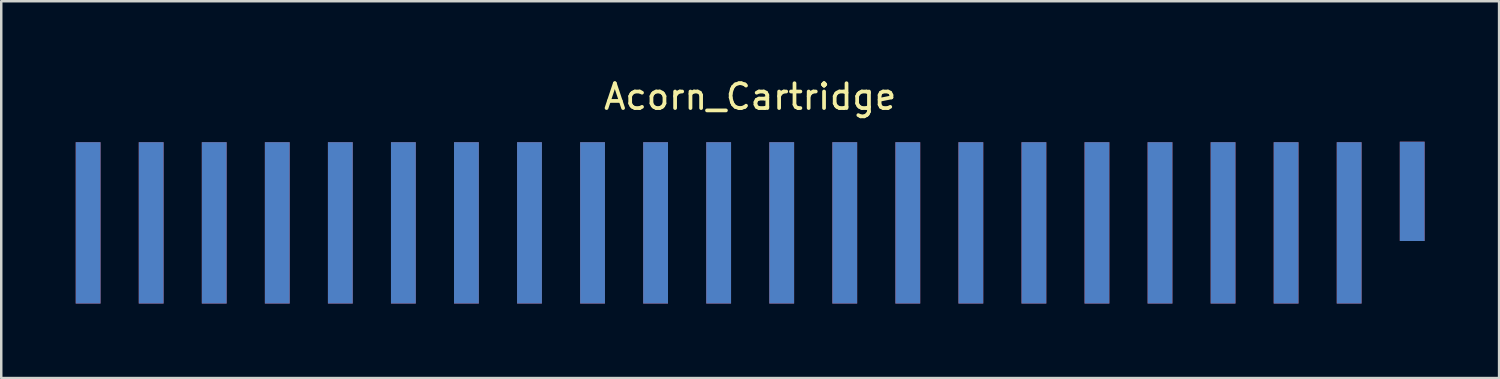
<source format=kicad_pcb>
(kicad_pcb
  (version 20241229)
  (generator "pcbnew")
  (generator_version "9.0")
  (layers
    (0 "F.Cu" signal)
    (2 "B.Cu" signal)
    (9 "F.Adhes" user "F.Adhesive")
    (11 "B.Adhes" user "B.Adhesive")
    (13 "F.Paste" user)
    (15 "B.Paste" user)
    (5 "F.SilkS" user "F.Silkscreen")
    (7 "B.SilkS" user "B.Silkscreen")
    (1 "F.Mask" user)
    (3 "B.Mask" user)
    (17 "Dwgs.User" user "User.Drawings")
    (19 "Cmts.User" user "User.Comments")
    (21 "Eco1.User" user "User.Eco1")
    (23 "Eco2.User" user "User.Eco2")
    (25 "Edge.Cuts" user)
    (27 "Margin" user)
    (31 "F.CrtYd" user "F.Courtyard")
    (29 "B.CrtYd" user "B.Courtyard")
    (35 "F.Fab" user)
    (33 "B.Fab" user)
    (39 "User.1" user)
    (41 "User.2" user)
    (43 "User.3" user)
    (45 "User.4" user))
  (footprint "Acorn_Cartridge"
    (layer "F.Cu")
    (at 27.17 0.848)
    (property "Reference" "Acorn_Cartridge" (at 0 0 0) (layer "F.SilkS") (effects (font (size 1 1) (thickness 0.15))))
    (attr through_hole)
    (pad "A1" connect rect (at 26.67 3.81) (size 1 4) (layers "*.Mask" "B.Cu"))
    (pad "A2" connect rect (at 24.13 5.08) (size 1 6.5) (layers "*.Mask" "B.Cu"))
    (pad "A3" connect rect (at 21.59 5.08) (size 1 6.5) (layers "*.Mask" "B.Cu"))
    (pad "A4" connect rect (at 19.05 5.08) (size 1 6.5) (layers "*.Mask" "B.Cu"))
    (pad "A5" connect rect (at 16.51 5.08) (size 1 6.5) (layers "*.Mask" "B.Cu"))
    (pad "A6" connect rect (at 13.97 5.08) (size 1 6.5) (layers "*.Mask" "B.Cu"))
    (pad "A7" connect rect (at 11.43 5.08) (size 1 6.5) (layers "*.Mask" "B.Cu"))
    (pad "A8" connect rect (at 8.89 5.08) (size 1 6.5) (layers "*.Mask" "B.Cu"))
    (pad "A9" connect rect (at 6.35 5.08) (size 1 6.5) (layers "*.Mask" "B.Cu"))
    (pad "A10" connect rect (at 3.81 5.08) (size 1 6.5) (layers "*.Mask" "B.Cu"))
    (pad "A11" connect rect (at 1.27 5.08) (size 1 6.5) (layers "*.Mask" "B.Cu"))
    (pad "A12" connect rect (at -1.27 5.08) (size 1 6.5) (layers "*.Mask" "B.Cu"))
    (pad "A13" connect rect (at -3.81 5.08) (size 1 6.5) (layers "*.Mask" "B.Cu"))
    (pad "A14" connect rect (at -6.35 5.08) (size 1 6.5) (layers "*.Mask" "B.Cu"))
    (pad "A15" connect rect (at -8.89 5.08) (size 1 6.5) (layers "*.Mask" "B.Cu"))
    (pad "A16" connect rect (at -11.43 5.08) (size 1 6.5) (layers "*.Mask" "B.Cu"))
    (pad "A17" connect rect (at -13.97 5.08) (size 1 6.5) (layers "*.Mask" "B.Cu"))
    (pad "A18" connect rect (at -16.51 5.08) (size 1 6.5) (layers "*.Mask" "B.Cu"))
    (pad "A19" connect rect (at -19.05 5.08) (size 1 6.5) (layers "*.Mask" "B.Cu"))
    (pad "A20" connect rect (at -21.59 5.08) (size 1 6.5) (layers "*.Mask" "B.Cu"))
    (pad "A21" connect rect (at -24.13 5.08) (size 1 6.5) (layers "*.Mask" "B.Cu"))
    (pad "A22" connect rect (at -26.67 5.08) (size 1 6.5) (layers "*.Mask" "B.Cu"))
    (pad "B1" connect rect (at 26.67 3.81) (size 1 4) (layers "*.Mask" "F.Cu"))
    (pad "B2" connect rect (at 24.13 5.08) (size 1 6.5) (layers "*.Mask" "F.Cu"))
    (pad "B3" connect rect (at 21.59 5.08) (size 1 6.5) (layers "*.Mask" "F.Cu"))
    (pad "B4" connect rect (at 19.05 5.08) (size 1 6.5) (layers "*.Mask" "F.Cu"))
    (pad "B5" connect rect (at 16.51 5.08) (size 1 6.5) (layers "*.Mask" "F.Cu"))
    (pad "B6" connect rect (at 13.97 5.08) (size 1 6.5) (layers "*.Mask" "F.Cu"))
    (pad "B7" connect rect (at 11.43 5.08) (size 1 6.5) (layers "*.Mask" "F.Cu"))
    (pad "B8" connect rect (at 8.89 5.08) (size 1 6.5) (layers "*.Mask" "F.Cu"))
    (pad "B9" connect rect (at 6.35 5.08) (size 1 6.5) (layers "*.Mask" "F.Cu"))
    (pad "B10" connect rect (at 3.81 5.08) (size 1 6.5) (layers "*.Mask" "F.Cu"))
    (pad "B11" connect rect (at 1.27 5.08) (size 1 6.5) (layers "*.Mask" "F.Cu"))
    (pad "B12" connect rect (at -1.27 5.08) (size 1 6.5) (layers "*.Mask" "F.Cu"))
    (pad "B13" connect rect (at -3.81 5.08) (size 1 6.5) (layers "*.Mask" "F.Cu"))
    (pad "B14" connect rect (at -6.35 5.08) (size 1 6.5) (layers "*.Mask" "F.Cu"))
    (pad "B15" connect rect (at -8.89 5.08) (size 1 6.5) (layers "*.Mask" "F.Cu"))
    (pad "B16" connect rect (at -11.43 5.08) (size 1 6.5) (layers "*.Mask" "F.Cu"))
    (pad "B17" connect rect (at -13.97 5.08) (size 1 6.5) (layers "*.Mask" "F.Cu"))
    (pad "B18" connect rect (at -16.51 5.08) (size 1 6.5) (layers "*.Mask" "F.Cu"))
    (pad "B19" connect rect (at -19.05 5.08) (size 1 6.5) (layers "*.Mask" "F.Cu"))
    (pad "B20" connect rect (at -21.59 5.08) (size 1 6.5) (layers "*.Mask" "F.Cu"))
    (pad "B21" connect rect (at -24.13 5.08) (size 1 6.5) (layers "*.Mask" "F.Cu"))
    (pad "B22" connect rect (at -26.67 5.08) (size 1 6.5) (layers "*.Mask" "F.Cu")))
  (gr_rect
    (start -3 -3)
    (end 57.34 12.178)
    (stroke (width 0.1) (type default))
    (fill no)
    (layer "Edge.Cuts")))
</source>
